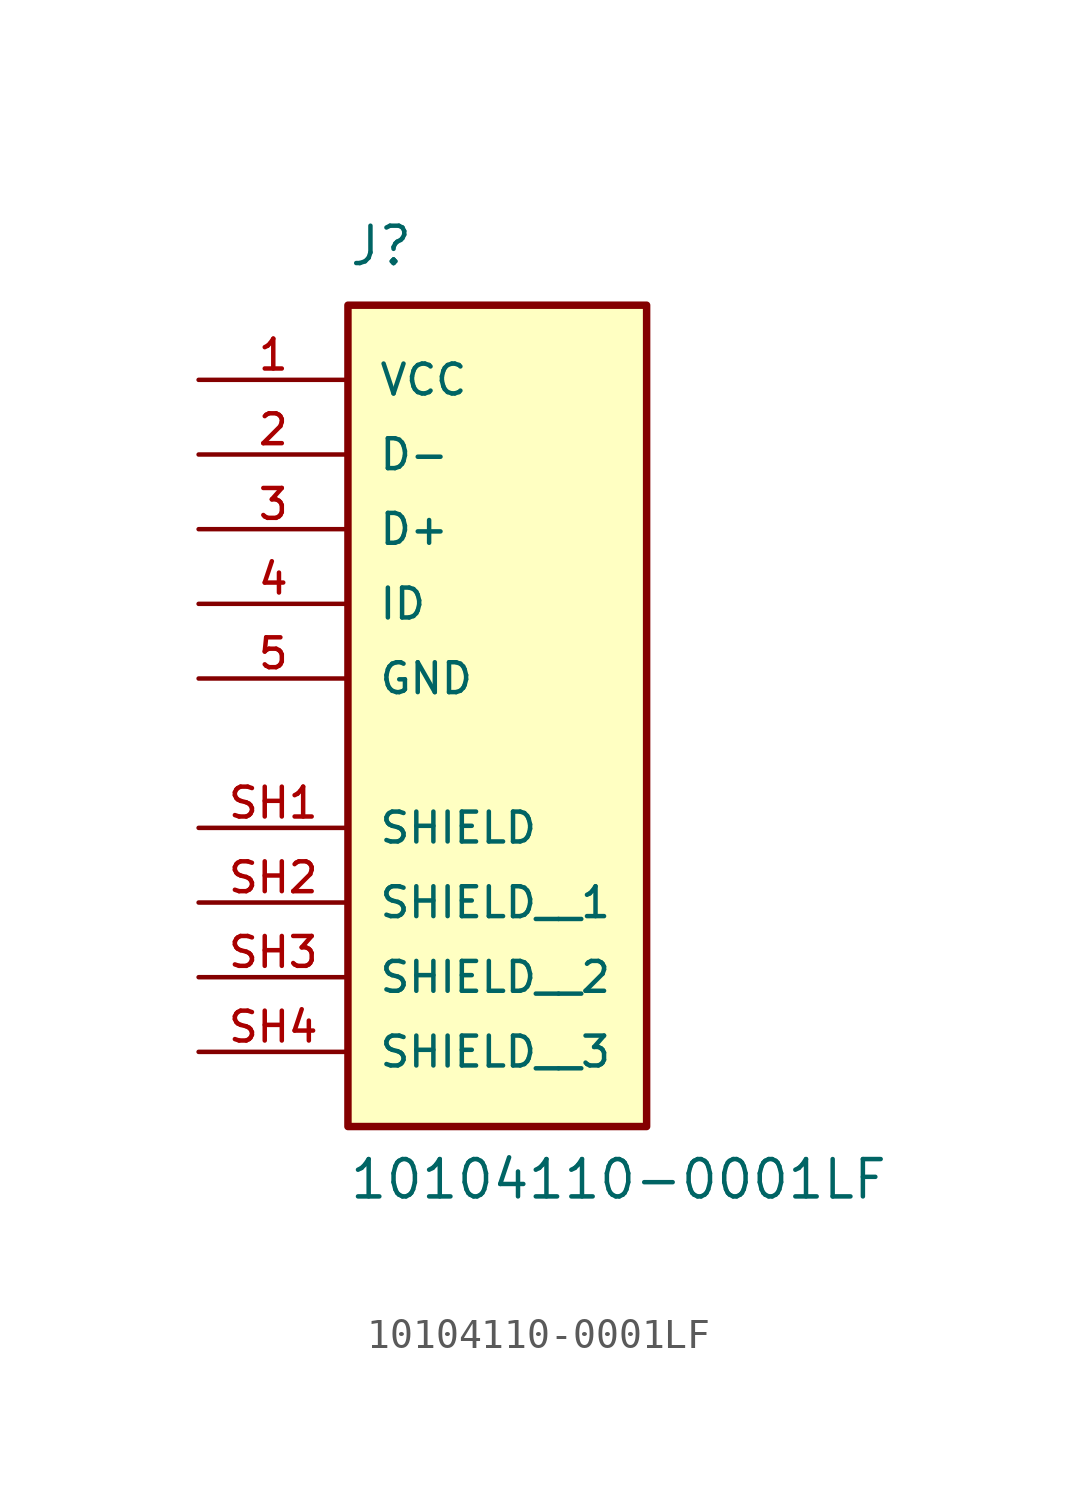
<source format=kicad_sym>
(kicad_symbol_lib
  (version 20211014)
  (generator kicad_symbol_editor)
  (symbol "10104110-0001LF"
    (pin_names
      (offset 1.016))
    (property "Reference" "J"
      (at -5.08 11.43 0)
      (effects (font (size 1.27 1.27)) (justify bottom left)))
    (property "Value" "10104110-0001LF"
      (at -5.08 -20.32 0)
      (effects (font (size 1.27 1.27)) (justify bottom left)))
    (symbol "10104110-0001LF_0_0"
      (rectangle (start -5.08 -17.78) (end 5.08 10.16) (stroke (width 0.254)) (fill (type background)))
      (pin bidirectional line (at -10.16 5.08 0) (length 5.08) (name "D-" (effects (font (size 1.016 1.016)))) (number "2" (effects (font (size 1.016 1.016)))))
      (pin bidirectional line (at -10.16 2.54 0) (length 5.08) (name "D+" (effects (font (size 1.016 1.016)))) (number "3" (effects (font (size 1.016 1.016)))))
      (pin bidirectional line (at -10.16 0.0 0) (length 5.08) (name "ID" (effects (font (size 1.016 1.016)))) (number "4" (effects (font (size 1.016 1.016)))))
      (pin power_in line (at -10.16 7.62 0) (length 5.08) (name "VCC" (effects (font (size 1.016 1.016)))) (number "1" (effects (font (size 1.016 1.016)))))
      (pin power_in line (at -10.16 -2.54 0) (length 5.08) (name "GND" (effects (font (size 1.016 1.016)))) (number "5" (effects (font (size 1.016 1.016)))))
      (pin passive line (at -10.16 -7.62 0) (length 5.08) (name "SHIELD" (effects (font (size 1.016 1.016)))) (number "SH1" (effects (font (size 1.016 1.016)))))
      (pin passive line (at -10.16 -10.16 0) (length 5.08) (name "SHIELD__1" (effects (font (size 1.016 1.016)))) (number "SH2" (effects (font (size 1.016 1.016)))))
      (pin passive line (at -10.16 -12.7 0) (length 5.08) (name "SHIELD__2" (effects (font (size 1.016 1.016)))) (number "SH3" (effects (font (size 1.016 1.016)))))
      (pin passive line (at -10.16 -15.24 0) (length 5.08) (name "SHIELD__3" (effects (font (size 1.016 1.016)))) (number "SH4" (effects (font (size 1.016 1.016))))))))
</source>
